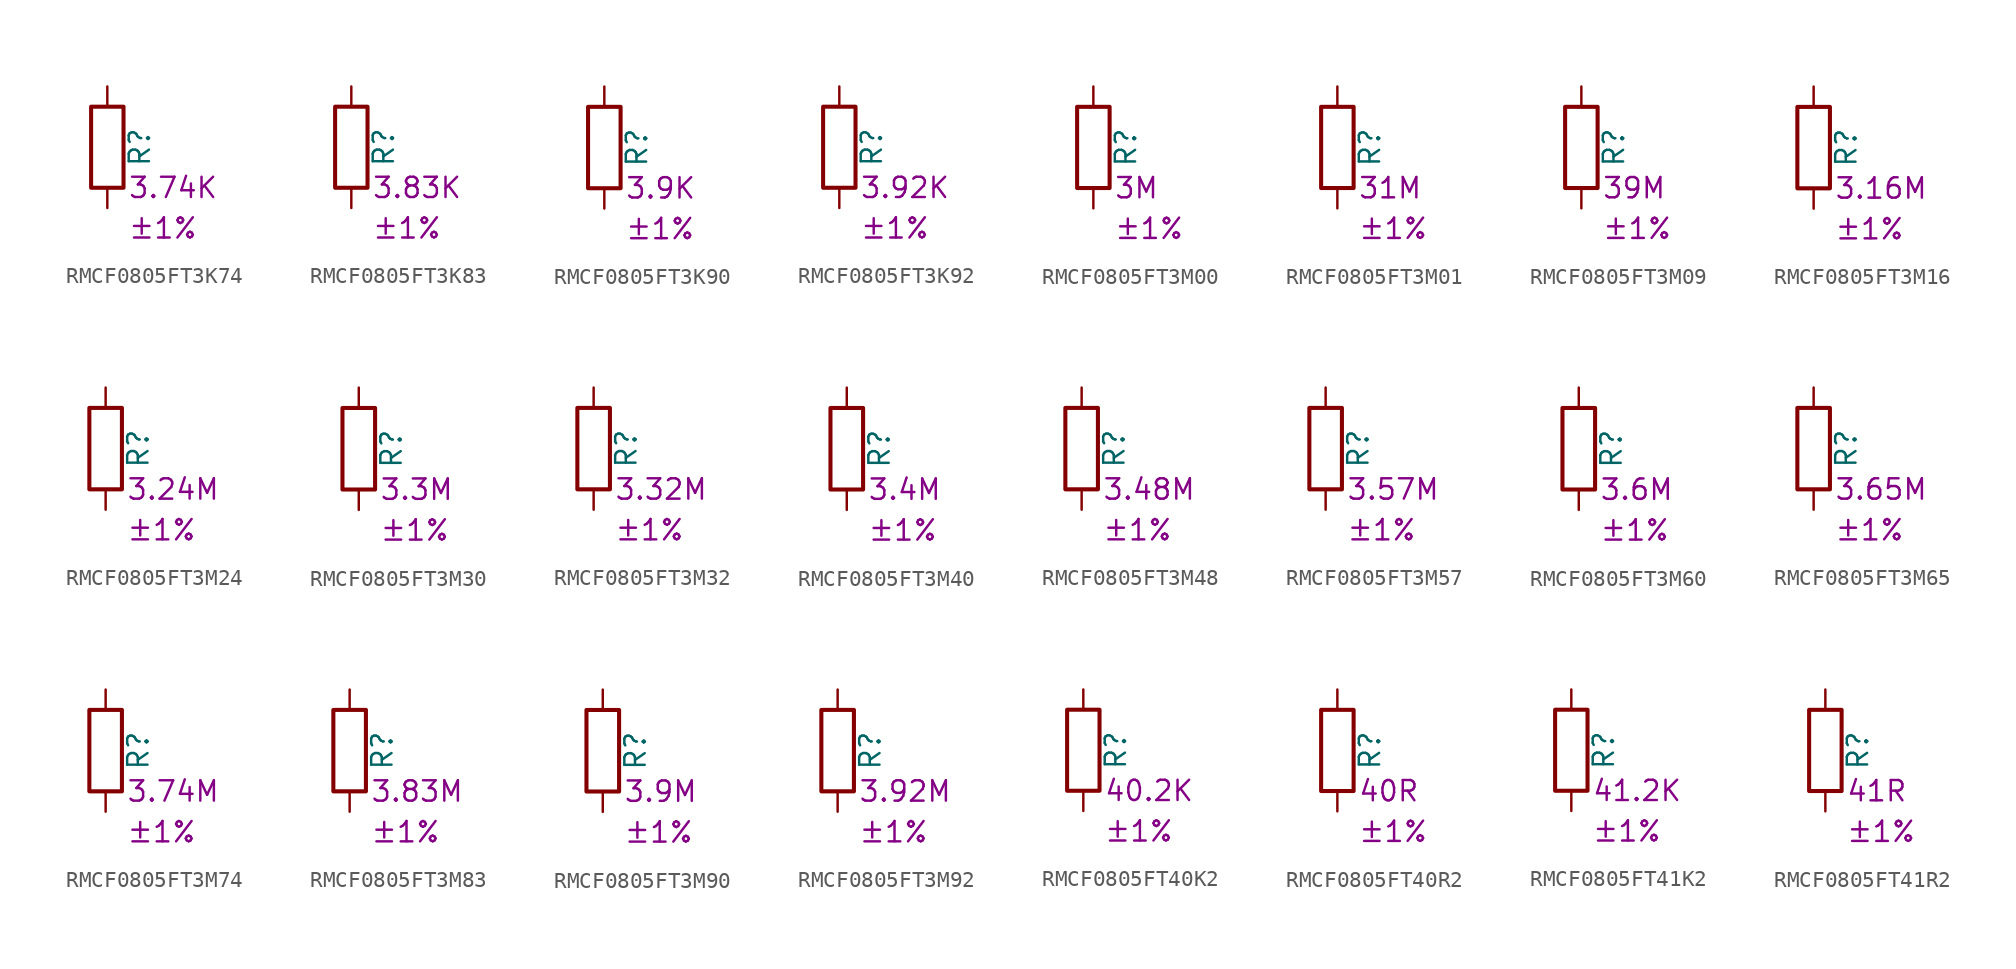
<source format=kicad_sym>
(kicad_symbol_lib
  (version 20220914)
  (generator kicad_symbol_editor)
  (symbol "RMCF0805FT3K74"
    (pin_numbers hide)
    (pin_names
      (offset 0))
    (property "Reference" "R"
      (at 2.032 0 90)
      (effects (font (size 1.27 1.27))))
    (property "Resistance" "3.74K"
      (at 1.27 -2.54 0)
      (effects (font (size 1.27 1.27)) (justify left)))
    (property "Tolerance" "±1%"
      (at 1.27 -5.08 0)
      (effects (font (size 1.27 1.27)) (justify left)))
    (symbol "RMCF0805FT3K74_0_1"
      (rectangle (start -1.016 -2.54) (end 1.016 2.54) (stroke (width 0.254) (type default)) (fill (type none))))
    (symbol "RMCF0805FT3K74_1_1"
      (pin passive line (at 0 3.81 270) (length 1.27) (name "~" (effects (font (size 1.27 1.27)))) (number "1" (effects (font (size 1.27 1.27)))))
      (pin passive line (at 0 -3.81 90) (length 1.27) (name "~" (effects (font (size 1.27 1.27)))) (number "2" (effects (font (size 1.27 1.27)))))))
  (symbol "RMCF0805FT3K83"
    (pin_numbers hide)
    (pin_names
      (offset 0))
    (property "Reference" "R"
      (at 2.032 0 90)
      (effects (font (size 1.27 1.27))))
    (property "Resistance" "3.83K"
      (at 1.27 -2.54 0)
      (effects (font (size 1.27 1.27)) (justify left)))
    (property "Tolerance" "±1%"
      (at 1.27 -5.08 0)
      (effects (font (size 1.27 1.27)) (justify left)))
    (symbol "RMCF0805FT3K83_0_1"
      (rectangle (start -1.016 -2.54) (end 1.016 2.54) (stroke (width 0.254) (type default)) (fill (type none))))
    (symbol "RMCF0805FT3K83_1_1"
      (pin passive line (at 0 3.81 270) (length 1.27) (name "~" (effects (font (size 1.27 1.27)))) (number "1" (effects (font (size 1.27 1.27)))))
      (pin passive line (at 0 -3.81 90) (length 1.27) (name "~" (effects (font (size 1.27 1.27)))) (number "2" (effects (font (size 1.27 1.27)))))))
  (symbol "RMCF0805FT3K90"
    (pin_numbers hide)
    (pin_names
      (offset 0))
    (property "Reference" "R"
      (at 2.032 0 90)
      (effects (font (size 1.27 1.27))))
    (property "Resistance" "3.9K"
      (at 1.27 -2.54 0)
      (effects (font (size 1.27 1.27)) (justify left)))
    (property "Tolerance" "±1%"
      (at 1.27 -5.08 0)
      (effects (font (size 1.27 1.27)) (justify left)))
    (symbol "RMCF0805FT3K90_0_1"
      (rectangle (start -1.016 -2.54) (end 1.016 2.54) (stroke (width 0.254) (type default)) (fill (type none))))
    (symbol "RMCF0805FT3K90_1_1"
      (pin passive line (at 0 3.81 270) (length 1.27) (name "~" (effects (font (size 1.27 1.27)))) (number "1" (effects (font (size 1.27 1.27)))))
      (pin passive line (at 0 -3.81 90) (length 1.27) (name "~" (effects (font (size 1.27 1.27)))) (number "2" (effects (font (size 1.27 1.27)))))))
  (symbol "RMCF0805FT3K92"
    (pin_numbers hide)
    (pin_names
      (offset 0))
    (property "Reference" "R"
      (at 2.032 0 90)
      (effects (font (size 1.27 1.27))))
    (property "Resistance" "3.92K"
      (at 1.27 -2.54 0)
      (effects (font (size 1.27 1.27)) (justify left)))
    (property "Tolerance" "±1%"
      (at 1.27 -5.08 0)
      (effects (font (size 1.27 1.27)) (justify left)))
    (symbol "RMCF0805FT3K92_0_1"
      (rectangle (start -1.016 -2.54) (end 1.016 2.54) (stroke (width 0.254) (type default)) (fill (type none))))
    (symbol "RMCF0805FT3K92_1_1"
      (pin passive line (at 0 3.81 270) (length 1.27) (name "~" (effects (font (size 1.27 1.27)))) (number "1" (effects (font (size 1.27 1.27)))))
      (pin passive line (at 0 -3.81 90) (length 1.27) (name "~" (effects (font (size 1.27 1.27)))) (number "2" (effects (font (size 1.27 1.27)))))))
  (symbol "RMCF0805FT3M00"
    (pin_numbers hide)
    (pin_names
      (offset 0))
    (property "Reference" "R"
      (at 2.032 0 90)
      (effects (font (size 1.27 1.27))))
    (property "Resistance" "3M"
      (at 1.27 -2.54 0)
      (effects (font (size 1.27 1.27)) (justify left)))
    (property "Tolerance" "±1%"
      (at 1.27 -5.08 0)
      (effects (font (size 1.27 1.27)) (justify left)))
    (symbol "RMCF0805FT3M00_0_1"
      (rectangle (start -1.016 -2.54) (end 1.016 2.54) (stroke (width 0.254) (type default)) (fill (type none))))
    (symbol "RMCF0805FT3M00_1_1"
      (pin passive line (at 0 3.81 270) (length 1.27) (name "~" (effects (font (size 1.27 1.27)))) (number "1" (effects (font (size 1.27 1.27)))))
      (pin passive line (at 0 -3.81 90) (length 1.27) (name "~" (effects (font (size 1.27 1.27)))) (number "2" (effects (font (size 1.27 1.27)))))))
  (symbol "RMCF0805FT3M01"
    (pin_numbers hide)
    (pin_names
      (offset 0))
    (property "Reference" "R"
      (at 2.032 0 90)
      (effects (font (size 1.27 1.27))))
    (property "Resistance" "31M"
      (at 1.27 -2.54 0)
      (effects (font (size 1.27 1.27)) (justify left)))
    (property "Tolerance" "±1%"
      (at 1.27 -5.08 0)
      (effects (font (size 1.27 1.27)) (justify left)))
    (symbol "RMCF0805FT3M01_0_1"
      (rectangle (start -1.016 -2.54) (end 1.016 2.54) (stroke (width 0.254) (type default)) (fill (type none))))
    (symbol "RMCF0805FT3M01_1_1"
      (pin passive line (at 0 3.81 270) (length 1.27) (name "~" (effects (font (size 1.27 1.27)))) (number "1" (effects (font (size 1.27 1.27)))))
      (pin passive line (at 0 -3.81 90) (length 1.27) (name "~" (effects (font (size 1.27 1.27)))) (number "2" (effects (font (size 1.27 1.27)))))))
  (symbol "RMCF0805FT3M09"
    (pin_numbers hide)
    (pin_names
      (offset 0))
    (property "Reference" "R"
      (at 2.032 0 90)
      (effects (font (size 1.27 1.27))))
    (property "Resistance" "39M"
      (at 1.27 -2.54 0)
      (effects (font (size 1.27 1.27)) (justify left)))
    (property "Tolerance" "±1%"
      (at 1.27 -5.08 0)
      (effects (font (size 1.27 1.27)) (justify left)))
    (symbol "RMCF0805FT3M09_0_1"
      (rectangle (start -1.016 -2.54) (end 1.016 2.54) (stroke (width 0.254) (type default)) (fill (type none))))
    (symbol "RMCF0805FT3M09_1_1"
      (pin passive line (at 0 3.81 270) (length 1.27) (name "~" (effects (font (size 1.27 1.27)))) (number "1" (effects (font (size 1.27 1.27)))))
      (pin passive line (at 0 -3.81 90) (length 1.27) (name "~" (effects (font (size 1.27 1.27)))) (number "2" (effects (font (size 1.27 1.27)))))))
  (symbol "RMCF0805FT3M16"
    (pin_numbers hide)
    (pin_names
      (offset 0))
    (property "Reference" "R"
      (at 2.032 0 90)
      (effects (font (size 1.27 1.27))))
    (property "Resistance" "3.16M"
      (at 1.27 -2.54 0)
      (effects (font (size 1.27 1.27)) (justify left)))
    (property "Tolerance" "±1%"
      (at 1.27 -5.08 0)
      (effects (font (size 1.27 1.27)) (justify left)))
    (symbol "RMCF0805FT3M16_0_1"
      (rectangle (start -1.016 -2.54) (end 1.016 2.54) (stroke (width 0.254) (type default)) (fill (type none))))
    (symbol "RMCF0805FT3M16_1_1"
      (pin passive line (at 0 3.81 270) (length 1.27) (name "~" (effects (font (size 1.27 1.27)))) (number "1" (effects (font (size 1.27 1.27)))))
      (pin passive line (at 0 -3.81 90) (length 1.27) (name "~" (effects (font (size 1.27 1.27)))) (number "2" (effects (font (size 1.27 1.27)))))))
  (symbol "RMCF0805FT3M24"
    (pin_numbers hide)
    (pin_names
      (offset 0))
    (property "Reference" "R"
      (at 2.032 0 90)
      (effects (font (size 1.27 1.27))))
    (property "Resistance" "3.24M"
      (at 1.27 -2.54 0)
      (effects (font (size 1.27 1.27)) (justify left)))
    (property "Tolerance" "±1%"
      (at 1.27 -5.08 0)
      (effects (font (size 1.27 1.27)) (justify left)))
    (symbol "RMCF0805FT3M24_0_1"
      (rectangle (start -1.016 -2.54) (end 1.016 2.54) (stroke (width 0.254) (type default)) (fill (type none))))
    (symbol "RMCF0805FT3M24_1_1"
      (pin passive line (at 0 3.81 270) (length 1.27) (name "~" (effects (font (size 1.27 1.27)))) (number "1" (effects (font (size 1.27 1.27)))))
      (pin passive line (at 0 -3.81 90) (length 1.27) (name "~" (effects (font (size 1.27 1.27)))) (number "2" (effects (font (size 1.27 1.27)))))))
  (symbol "RMCF0805FT3M30"
    (pin_numbers hide)
    (pin_names
      (offset 0))
    (property "Reference" "R"
      (at 2.032 0 90)
      (effects (font (size 1.27 1.27))))
    (property "Resistance" "3.3M"
      (at 1.27 -2.54 0)
      (effects (font (size 1.27 1.27)) (justify left)))
    (property "Tolerance" "±1%"
      (at 1.27 -5.08 0)
      (effects (font (size 1.27 1.27)) (justify left)))
    (symbol "RMCF0805FT3M30_0_1"
      (rectangle (start -1.016 -2.54) (end 1.016 2.54) (stroke (width 0.254) (type default)) (fill (type none))))
    (symbol "RMCF0805FT3M30_1_1"
      (pin passive line (at 0 3.81 270) (length 1.27) (name "~" (effects (font (size 1.27 1.27)))) (number "1" (effects (font (size 1.27 1.27)))))
      (pin passive line (at 0 -3.81 90) (length 1.27) (name "~" (effects (font (size 1.27 1.27)))) (number "2" (effects (font (size 1.27 1.27)))))))
  (symbol "RMCF0805FT3M32"
    (pin_numbers hide)
    (pin_names
      (offset 0))
    (property "Reference" "R"
      (at 2.032 0 90)
      (effects (font (size 1.27 1.27))))
    (property "Resistance" "3.32M"
      (at 1.27 -2.54 0)
      (effects (font (size 1.27 1.27)) (justify left)))
    (property "Tolerance" "±1%"
      (at 1.27 -5.08 0)
      (effects (font (size 1.27 1.27)) (justify left)))
    (symbol "RMCF0805FT3M32_0_1"
      (rectangle (start -1.016 -2.54) (end 1.016 2.54) (stroke (width 0.254) (type default)) (fill (type none))))
    (symbol "RMCF0805FT3M32_1_1"
      (pin passive line (at 0 3.81 270) (length 1.27) (name "~" (effects (font (size 1.27 1.27)))) (number "1" (effects (font (size 1.27 1.27)))))
      (pin passive line (at 0 -3.81 90) (length 1.27) (name "~" (effects (font (size 1.27 1.27)))) (number "2" (effects (font (size 1.27 1.27)))))))
  (symbol "RMCF0805FT3M40"
    (pin_numbers hide)
    (pin_names
      (offset 0))
    (property "Reference" "R"
      (at 2.032 0 90)
      (effects (font (size 1.27 1.27))))
    (property "Resistance" "3.4M"
      (at 1.27 -2.54 0)
      (effects (font (size 1.27 1.27)) (justify left)))
    (property "Tolerance" "±1%"
      (at 1.27 -5.08 0)
      (effects (font (size 1.27 1.27)) (justify left)))
    (symbol "RMCF0805FT3M40_0_1"
      (rectangle (start -1.016 -2.54) (end 1.016 2.54) (stroke (width 0.254) (type default)) (fill (type none))))
    (symbol "RMCF0805FT3M40_1_1"
      (pin passive line (at 0 3.81 270) (length 1.27) (name "~" (effects (font (size 1.27 1.27)))) (number "1" (effects (font (size 1.27 1.27)))))
      (pin passive line (at 0 -3.81 90) (length 1.27) (name "~" (effects (font (size 1.27 1.27)))) (number "2" (effects (font (size 1.27 1.27)))))))
  (symbol "RMCF0805FT3M48"
    (pin_numbers hide)
    (pin_names
      (offset 0))
    (property "Reference" "R"
      (at 2.032 0 90)
      (effects (font (size 1.27 1.27))))
    (property "Resistance" "3.48M"
      (at 1.27 -2.54 0)
      (effects (font (size 1.27 1.27)) (justify left)))
    (property "Tolerance" "±1%"
      (at 1.27 -5.08 0)
      (effects (font (size 1.27 1.27)) (justify left)))
    (symbol "RMCF0805FT3M48_0_1"
      (rectangle (start -1.016 -2.54) (end 1.016 2.54) (stroke (width 0.254) (type default)) (fill (type none))))
    (symbol "RMCF0805FT3M48_1_1"
      (pin passive line (at 0 3.81 270) (length 1.27) (name "~" (effects (font (size 1.27 1.27)))) (number "1" (effects (font (size 1.27 1.27)))))
      (pin passive line (at 0 -3.81 90) (length 1.27) (name "~" (effects (font (size 1.27 1.27)))) (number "2" (effects (font (size 1.27 1.27)))))))
  (symbol "RMCF0805FT3M57"
    (pin_numbers hide)
    (pin_names
      (offset 0))
    (property "Reference" "R"
      (at 2.032 0 90)
      (effects (font (size 1.27 1.27))))
    (property "Resistance" "3.57M"
      (at 1.27 -2.54 0)
      (effects (font (size 1.27 1.27)) (justify left)))
    (property "Tolerance" "±1%"
      (at 1.27 -5.08 0)
      (effects (font (size 1.27 1.27)) (justify left)))
    (symbol "RMCF0805FT3M57_0_1"
      (rectangle (start -1.016 -2.54) (end 1.016 2.54) (stroke (width 0.254) (type default)) (fill (type none))))
    (symbol "RMCF0805FT3M57_1_1"
      (pin passive line (at 0 3.81 270) (length 1.27) (name "~" (effects (font (size 1.27 1.27)))) (number "1" (effects (font (size 1.27 1.27)))))
      (pin passive line (at 0 -3.81 90) (length 1.27) (name "~" (effects (font (size 1.27 1.27)))) (number "2" (effects (font (size 1.27 1.27)))))))
  (symbol "RMCF0805FT3M60"
    (pin_numbers hide)
    (pin_names
      (offset 0))
    (property "Reference" "R"
      (at 2.032 0 90)
      (effects (font (size 1.27 1.27))))
    (property "Resistance" "3.6M"
      (at 1.27 -2.54 0)
      (effects (font (size 1.27 1.27)) (justify left)))
    (property "Tolerance" "±1%"
      (at 1.27 -5.08 0)
      (effects (font (size 1.27 1.27)) (justify left)))
    (symbol "RMCF0805FT3M60_0_1"
      (rectangle (start -1.016 -2.54) (end 1.016 2.54) (stroke (width 0.254) (type default)) (fill (type none))))
    (symbol "RMCF0805FT3M60_1_1"
      (pin passive line (at 0 3.81 270) (length 1.27) (name "~" (effects (font (size 1.27 1.27)))) (number "1" (effects (font (size 1.27 1.27)))))
      (pin passive line (at 0 -3.81 90) (length 1.27) (name "~" (effects (font (size 1.27 1.27)))) (number "2" (effects (font (size 1.27 1.27)))))))
  (symbol "RMCF0805FT3M65"
    (pin_numbers hide)
    (pin_names
      (offset 0))
    (property "Reference" "R"
      (at 2.032 0 90)
      (effects (font (size 1.27 1.27))))
    (property "Resistance" "3.65M"
      (at 1.27 -2.54 0)
      (effects (font (size 1.27 1.27)) (justify left)))
    (property "Tolerance" "±1%"
      (at 1.27 -5.08 0)
      (effects (font (size 1.27 1.27)) (justify left)))
    (symbol "RMCF0805FT3M65_0_1"
      (rectangle (start -1.016 -2.54) (end 1.016 2.54) (stroke (width 0.254) (type default)) (fill (type none))))
    (symbol "RMCF0805FT3M65_1_1"
      (pin passive line (at 0 3.81 270) (length 1.27) (name "~" (effects (font (size 1.27 1.27)))) (number "1" (effects (font (size 1.27 1.27)))))
      (pin passive line (at 0 -3.81 90) (length 1.27) (name "~" (effects (font (size 1.27 1.27)))) (number "2" (effects (font (size 1.27 1.27)))))))
  (symbol "RMCF0805FT3M74"
    (pin_numbers hide)
    (pin_names
      (offset 0))
    (property "Reference" "R"
      (at 2.032 0 90)
      (effects (font (size 1.27 1.27))))
    (property "Resistance" "3.74M"
      (at 1.27 -2.54 0)
      (effects (font (size 1.27 1.27)) (justify left)))
    (property "Tolerance" "±1%"
      (at 1.27 -5.08 0)
      (effects (font (size 1.27 1.27)) (justify left)))
    (symbol "RMCF0805FT3M74_0_1"
      (rectangle (start -1.016 -2.54) (end 1.016 2.54) (stroke (width 0.254) (type default)) (fill (type none))))
    (symbol "RMCF0805FT3M74_1_1"
      (pin passive line (at 0 3.81 270) (length 1.27) (name "~" (effects (font (size 1.27 1.27)))) (number "1" (effects (font (size 1.27 1.27)))))
      (pin passive line (at 0 -3.81 90) (length 1.27) (name "~" (effects (font (size 1.27 1.27)))) (number "2" (effects (font (size 1.27 1.27)))))))
  (symbol "RMCF0805FT3M83"
    (pin_numbers hide)
    (pin_names
      (offset 0))
    (property "Reference" "R"
      (at 2.032 0 90)
      (effects (font (size 1.27 1.27))))
    (property "Resistance" "3.83M"
      (at 1.27 -2.54 0)
      (effects (font (size 1.27 1.27)) (justify left)))
    (property "Tolerance" "±1%"
      (at 1.27 -5.08 0)
      (effects (font (size 1.27 1.27)) (justify left)))
    (symbol "RMCF0805FT3M83_0_1"
      (rectangle (start -1.016 -2.54) (end 1.016 2.54) (stroke (width 0.254) (type default)) (fill (type none))))
    (symbol "RMCF0805FT3M83_1_1"
      (pin passive line (at 0 3.81 270) (length 1.27) (name "~" (effects (font (size 1.27 1.27)))) (number "1" (effects (font (size 1.27 1.27)))))
      (pin passive line (at 0 -3.81 90) (length 1.27) (name "~" (effects (font (size 1.27 1.27)))) (number "2" (effects (font (size 1.27 1.27)))))))
  (symbol "RMCF0805FT3M90"
    (pin_numbers hide)
    (pin_names
      (offset 0))
    (property "Reference" "R"
      (at 2.032 0 90)
      (effects (font (size 1.27 1.27))))
    (property "Resistance" "3.9M"
      (at 1.27 -2.54 0)
      (effects (font (size 1.27 1.27)) (justify left)))
    (property "Tolerance" "±1%"
      (at 1.27 -5.08 0)
      (effects (font (size 1.27 1.27)) (justify left)))
    (symbol "RMCF0805FT3M90_0_1"
      (rectangle (start -1.016 -2.54) (end 1.016 2.54) (stroke (width 0.254) (type default)) (fill (type none))))
    (symbol "RMCF0805FT3M90_1_1"
      (pin passive line (at 0 3.81 270) (length 1.27) (name "~" (effects (font (size 1.27 1.27)))) (number "1" (effects (font (size 1.27 1.27)))))
      (pin passive line (at 0 -3.81 90) (length 1.27) (name "~" (effects (font (size 1.27 1.27)))) (number "2" (effects (font (size 1.27 1.27)))))))
  (symbol "RMCF0805FT3M92"
    (pin_numbers hide)
    (pin_names
      (offset 0))
    (property "Reference" "R"
      (at 2.032 0 90)
      (effects (font (size 1.27 1.27))))
    (property "Resistance" "3.92M"
      (at 1.27 -2.54 0)
      (effects (font (size 1.27 1.27)) (justify left)))
    (property "Tolerance" "±1%"
      (at 1.27 -5.08 0)
      (effects (font (size 1.27 1.27)) (justify left)))
    (symbol "RMCF0805FT3M92_0_1"
      (rectangle (start -1.016 -2.54) (end 1.016 2.54) (stroke (width 0.254) (type default)) (fill (type none))))
    (symbol "RMCF0805FT3M92_1_1"
      (pin passive line (at 0 3.81 270) (length 1.27) (name "~" (effects (font (size 1.27 1.27)))) (number "1" (effects (font (size 1.27 1.27)))))
      (pin passive line (at 0 -3.81 90) (length 1.27) (name "~" (effects (font (size 1.27 1.27)))) (number "2" (effects (font (size 1.27 1.27)))))))
  (symbol "RMCF0805FT40K2"
    (pin_numbers hide)
    (pin_names
      (offset 0))
    (property "Reference" "R"
      (at 2.032 0 90)
      (effects (font (size 1.27 1.27))))
    (property "Resistance" "40.2K"
      (at 1.27 -2.54 0)
      (effects (font (size 1.27 1.27)) (justify left)))
    (property "Tolerance" "±1%"
      (at 1.27 -5.08 0)
      (effects (font (size 1.27 1.27)) (justify left)))
    (symbol "RMCF0805FT40K2_0_1"
      (rectangle (start -1.016 -2.54) (end 1.016 2.54) (stroke (width 0.254) (type default)) (fill (type none))))
    (symbol "RMCF0805FT40K2_1_1"
      (pin passive line (at 0 3.81 270) (length 1.27) (name "~" (effects (font (size 1.27 1.27)))) (number "1" (effects (font (size 1.27 1.27)))))
      (pin passive line (at 0 -3.81 90) (length 1.27) (name "~" (effects (font (size 1.27 1.27)))) (number "2" (effects (font (size 1.27 1.27)))))))
  (symbol "RMCF0805FT40R2"
    (pin_numbers hide)
    (pin_names
      (offset 0))
    (property "Reference" "R"
      (at 2.032 0 90)
      (effects (font (size 1.27 1.27))))
    (property "Resistance" "40R"
      (at 1.27 -2.54 0)
      (effects (font (size 1.27 1.27)) (justify left)))
    (property "Tolerance" "±1%"
      (at 1.27 -5.08 0)
      (effects (font (size 1.27 1.27)) (justify left)))
    (symbol "RMCF0805FT40R2_0_1"
      (rectangle (start -1.016 -2.54) (end 1.016 2.54) (stroke (width 0.254) (type default)) (fill (type none))))
    (symbol "RMCF0805FT40R2_1_1"
      (pin passive line (at 0 3.81 270) (length 1.27) (name "~" (effects (font (size 1.27 1.27)))) (number "1" (effects (font (size 1.27 1.27)))))
      (pin passive line (at 0 -3.81 90) (length 1.27) (name "~" (effects (font (size 1.27 1.27)))) (number "2" (effects (font (size 1.27 1.27)))))))
  (symbol "RMCF0805FT41K2"
    (pin_numbers hide)
    (pin_names
      (offset 0))
    (property "Reference" "R"
      (at 2.032 0 90)
      (effects (font (size 1.27 1.27))))
    (property "Resistance" "41.2K"
      (at 1.27 -2.54 0)
      (effects (font (size 1.27 1.27)) (justify left)))
    (property "Tolerance" "±1%"
      (at 1.27 -5.08 0)
      (effects (font (size 1.27 1.27)) (justify left)))
    (symbol "RMCF0805FT41K2_0_1"
      (rectangle (start -1.016 -2.54) (end 1.016 2.54) (stroke (width 0.254) (type default)) (fill (type none))))
    (symbol "RMCF0805FT41K2_1_1"
      (pin passive line (at 0 3.81 270) (length 1.27) (name "~" (effects (font (size 1.27 1.27)))) (number "1" (effects (font (size 1.27 1.27)))))
      (pin passive line (at 0 -3.81 90) (length 1.27) (name "~" (effects (font (size 1.27 1.27)))) (number "2" (effects (font (size 1.27 1.27)))))))
  (symbol "RMCF0805FT41R2"
    (pin_numbers hide)
    (pin_names
      (offset 0))
    (property "Reference" "R"
      (at 2.032 0 90)
      (effects (font (size 1.27 1.27))))
    (property "Resistance" "41R"
      (at 1.27 -2.54 0)
      (effects (font (size 1.27 1.27)) (justify left)))
    (property "Tolerance" "±1%"
      (at 1.27 -5.08 0)
      (effects (font (size 1.27 1.27)) (justify left)))
    (symbol "RMCF0805FT41R2_0_1"
      (rectangle (start -1.016 -2.54) (end 1.016 2.54) (stroke (width 0.254) (type default)) (fill (type none))))
    (symbol "RMCF0805FT41R2_1_1"
      (pin passive line (at 0 3.81 270) (length 1.27) (name "~" (effects (font (size 1.27 1.27)))) (number "1" (effects (font (size 1.27 1.27)))))
      (pin passive line (at 0 -3.81 90) (length 1.27) (name "~" (effects (font (size 1.27 1.27)))) (number "2" (effects (font (size 1.27 1.27))))))))
</source>
